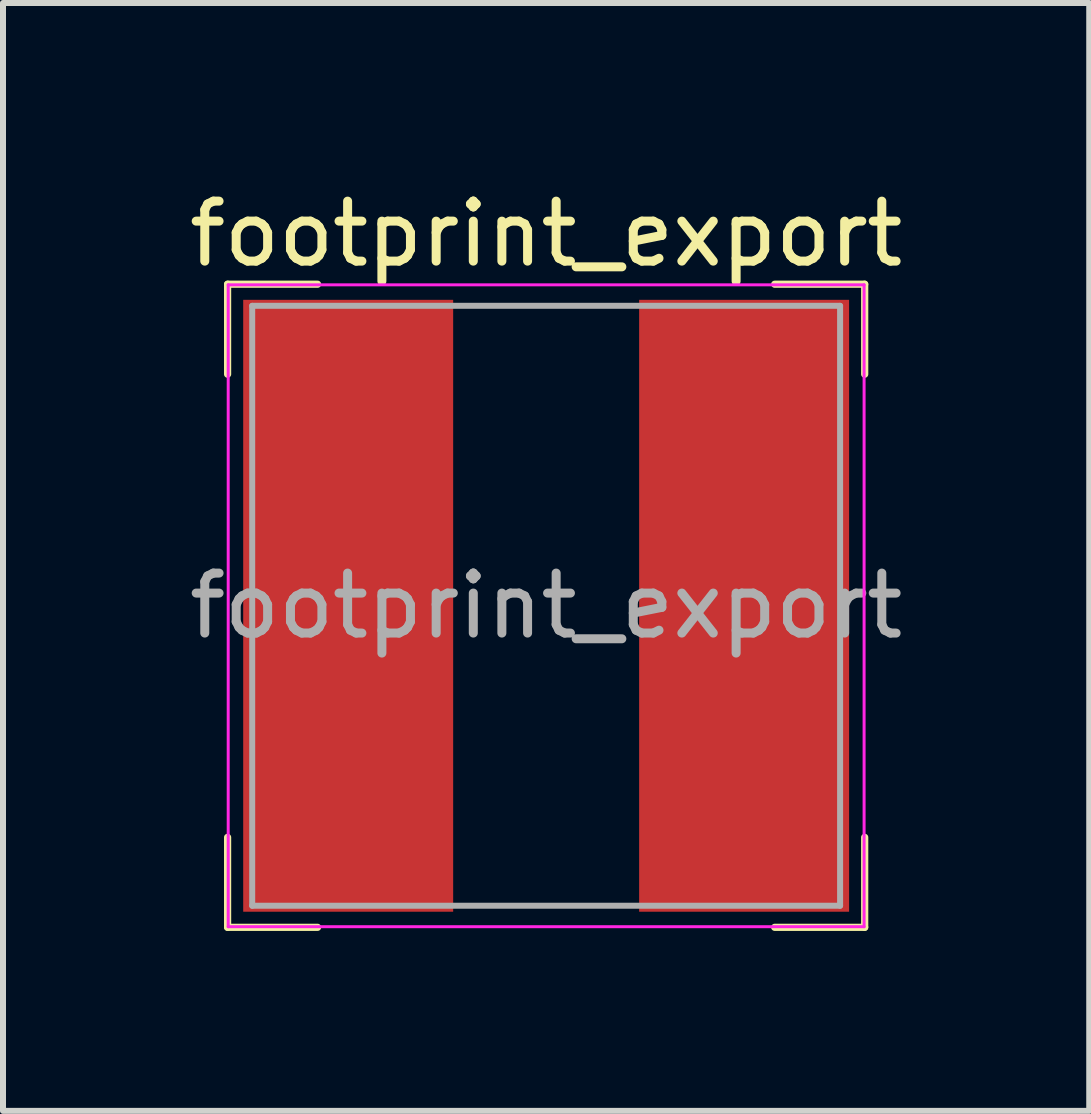
<source format=kicad_pcb>
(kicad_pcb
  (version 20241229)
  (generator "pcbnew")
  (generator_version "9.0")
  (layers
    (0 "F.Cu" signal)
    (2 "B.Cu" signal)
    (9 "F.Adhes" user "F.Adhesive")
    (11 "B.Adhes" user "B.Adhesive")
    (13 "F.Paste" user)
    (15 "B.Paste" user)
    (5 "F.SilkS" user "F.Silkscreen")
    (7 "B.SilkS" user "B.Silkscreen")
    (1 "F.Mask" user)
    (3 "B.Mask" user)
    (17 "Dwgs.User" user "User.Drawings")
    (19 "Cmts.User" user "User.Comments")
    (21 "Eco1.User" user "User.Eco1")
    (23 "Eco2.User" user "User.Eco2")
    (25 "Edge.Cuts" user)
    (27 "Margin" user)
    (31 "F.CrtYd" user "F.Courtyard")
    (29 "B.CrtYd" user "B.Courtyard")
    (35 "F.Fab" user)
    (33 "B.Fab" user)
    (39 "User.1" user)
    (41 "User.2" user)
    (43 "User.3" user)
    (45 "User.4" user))
  (footprint "footprint_export"
    (layer "F.Cu")
    (at 6.054 7.048)
    (property "Reference" "footprint_export" (at 0 -6.2 0) (layer "F.SilkS") (effects (font (size 1 1) (thickness 0.15))))
    (attr smd)
    (fp_line (start -5.31 -5.36) (end -5.31 -3.86) (stroke (width 0.12) (type solid)) (layer "F.SilkS"))
    (fp_line (start -5.31 -5.36) (end -3.81 -5.36) (stroke (width 0.12) (type solid)) (layer "F.SilkS"))
    (fp_line (start -5.31 5.36) (end -5.31 3.86) (stroke (width 0.12) (type solid)) (layer "F.SilkS"))
    (fp_line (start -5.31 5.36) (end -3.81 5.36) (stroke (width 0.12) (type solid)) (layer "F.SilkS"))
    (fp_line (start 5.31 -5.36) (end 3.81 -5.36) (stroke (width 0.12) (type solid)) (layer "F.SilkS"))
    (fp_line (start 5.31 -5.36) (end 5.31 -3.86) (stroke (width 0.12) (type solid)) (layer "F.SilkS"))
    (fp_line (start 5.31 5.36) (end 3.81 5.36) (stroke (width 0.12) (type solid)) (layer "F.SilkS"))
    (fp_line (start 5.31 5.36) (end 5.31 3.86) (stroke (width 0.12) (type solid)) (layer "F.SilkS"))
    (fp_line (start -5.3 -5.35) (end -5.3 5.35) (stroke (width 0.05) (type solid)) (layer "F.CrtYd"))
    (fp_line (start -5.3 -5.35) (end 5.3 -5.35) (stroke (width 0.05) (type solid)) (layer "F.CrtYd"))
    (fp_line (start -5.3 5.35) (end 5.3 5.35) (stroke (width 0.05) (type solid)) (layer "F.CrtYd"))
    (fp_line (start 5.3 -5.35) (end 5.3 5.35) (stroke (width 0.05) (type solid)) (layer "F.CrtYd"))
    (fp_line (start -4.9 -5) (end -4.9 5) (stroke (width 0.1) (type solid)) (layer "F.Fab"))
    (fp_line (start -4.9 -5) (end 4.9 -5) (stroke (width 0.1) (type solid)) (layer "F.Fab"))
    (fp_line (start -4.9 5) (end 4.9 5) (stroke (width 0.1) (type solid)) (layer "F.Fab"))
    (fp_line (start 4.9 -5) (end 4.9 5) (stroke (width 0.1) (type solid)) (layer "F.Fab"))
    (fp_text user "${REFERENCE}" (at 0 0 0) (layer "F.Fab") (effects (font (size 1 1) (thickness 0.15))))
    (pad "1" smd rect (at -3.3 0) (size 3.5 10.2) (layers "F.Cu" "F.Mask" "F.Paste"))
    (pad "2" smd rect (at 3.3 0) (size 3.5 10.2) (layers "F.Cu" "F.Mask" "F.Paste")))
  (gr_rect
    (start -3 -3)
    (end 15.107 15.468)
    (stroke (width 0.1) (type default))
    (fill no)
    (layer "Edge.Cuts")))
</source>
